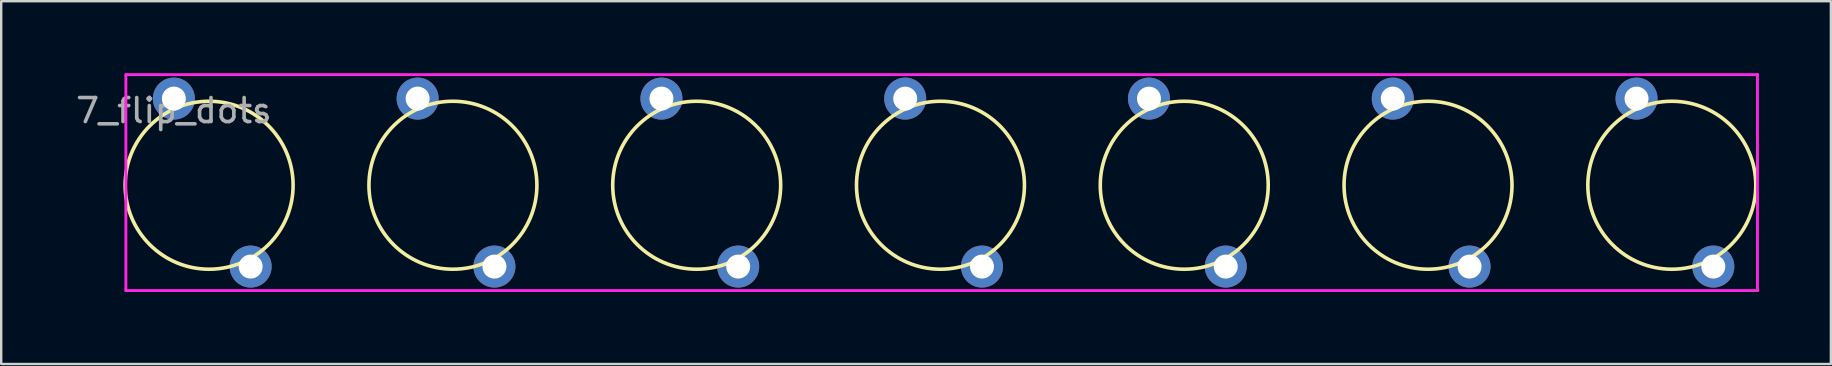
<source format=kicad_pcb>
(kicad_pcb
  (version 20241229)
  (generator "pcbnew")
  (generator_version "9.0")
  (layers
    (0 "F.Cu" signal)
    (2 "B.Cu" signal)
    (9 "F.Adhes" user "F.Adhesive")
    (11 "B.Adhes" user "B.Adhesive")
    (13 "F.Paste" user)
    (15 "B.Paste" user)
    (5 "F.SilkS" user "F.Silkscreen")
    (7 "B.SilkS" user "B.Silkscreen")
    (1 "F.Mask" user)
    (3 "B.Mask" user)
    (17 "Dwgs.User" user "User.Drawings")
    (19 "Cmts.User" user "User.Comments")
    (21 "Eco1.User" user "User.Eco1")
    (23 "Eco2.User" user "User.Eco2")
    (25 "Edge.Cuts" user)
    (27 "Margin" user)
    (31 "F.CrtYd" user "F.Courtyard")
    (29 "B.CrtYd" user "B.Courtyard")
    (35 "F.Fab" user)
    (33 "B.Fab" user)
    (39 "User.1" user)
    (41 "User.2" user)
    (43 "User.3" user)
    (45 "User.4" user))
  (footprint "7_flip_dots"
    (layer "F.Cu")
    (at 4.196 1.06)
    (property "Reference" "7_flip_dots" (at 0 0.5 0) (layer "F.Fab") (effects (font (size 1 1) (thickness 0.15))))
    (attr through_hole)
    (fp_circle (center 1.47 3.61) (end 4.97 3.61) (stroke (width 0.15) (type solid)) (fill no) (layer "F.SilkS"))
    (fp_circle (center 11.63 3.61) (end 15.13 3.61) (stroke (width 0.15) (type solid)) (fill no) (layer "F.SilkS"))
    (fp_circle (center 21.79 3.61) (end 25.29 3.61) (stroke (width 0.15) (type solid)) (fill no) (layer "F.SilkS"))
    (fp_circle (center 31.95 3.61) (end 35.45 3.61) (stroke (width 0.15) (type solid)) (fill no) (layer "F.SilkS"))
    (fp_circle (center 42.11 3.61) (end 45.61 3.61) (stroke (width 0.15) (type solid)) (fill no) (layer "F.SilkS"))
    (fp_circle (center 52.27 3.61) (end 55.77 3.61) (stroke (width 0.15) (type solid)) (fill no) (layer "F.SilkS"))
    (fp_circle (center 62.43 3.61) (end 65.93 3.61) (stroke (width 0.15) (type solid)) (fill no) (layer "F.SilkS"))
    (fp_line (start -2 -1) (end -2 8) (stroke (width 0.12) (type solid)) (layer "F.CrtYd"))
    (fp_line (start -2 8) (end 66 8) (stroke (width 0.12) (type solid)) (layer "F.CrtYd"))
    (fp_line (start 66 -1) (end -2 -1) (stroke (width 0.12) (type solid)) (layer "F.CrtYd"))
    (fp_line (start 66 8) (end 66 -1) (stroke (width 0.12) (type solid)) (layer "F.CrtYd"))
    (pad "1" thru_hole circle (at 0 0) (size 1.75 1.75) (drill 1) (layers "*.Cu" "*.Mask"))
    (pad "2" thru_hole circle (at 10.16 0) (size 1.75 1.75) (drill 1) (layers "*.Cu" "*.Mask"))
    (pad "3" thru_hole circle (at 20.32 0) (size 1.75 1.75) (drill 1) (layers "*.Cu" "*.Mask"))
    (pad "4" thru_hole circle (at 30.48 0) (size 1.75 1.75) (drill 1) (layers "*.Cu" "*.Mask"))
    (pad "5" thru_hole circle (at 40.64 0) (size 1.75 1.75) (drill 1) (layers "*.Cu" "*.Mask"))
    (pad "6" thru_hole circle (at 50.8 0) (size 1.75 1.75) (drill 1) (layers "*.Cu" "*.Mask"))
    (pad "7" thru_hole circle (at 60.96 0) (size 1.75 1.75) (drill 1) (layers "*.Cu" "*.Mask"))
    (pad "8" thru_hole circle (at 3.2 7) (size 1.75 1.75) (drill 1) (layers "*.Cu" "*.Mask"))
    (pad "9" thru_hole circle (at 13.36 7) (size 1.75 1.75) (drill 1) (layers "*.Cu" "*.Mask"))
    (pad "10" thru_hole circle (at 23.52 7) (size 1.75 1.75) (drill 1) (layers "*.Cu" "*.Mask"))
    (pad "11" thru_hole circle (at 33.68 7) (size 1.75 1.75) (drill 1) (layers "*.Cu" "*.Mask"))
    (pad "12" thru_hole circle (at 43.84 7) (size 1.75 1.75) (drill 1) (layers "*.Cu" "*.Mask"))
    (pad "13" thru_hole circle (at 54 7) (size 1.75 1.75) (drill 1) (layers "*.Cu" "*.Mask"))
    (pad "14" thru_hole circle (at 64.16 7) (size 1.75 1.75) (drill 1) (layers "*.Cu" "*.Mask")))
  (gr_rect
    (start -3 -3)
    (end 73.256 12.12)
    (stroke (width 0.1) (type default))
    (fill no)
    (layer "Edge.Cuts")))
</source>
